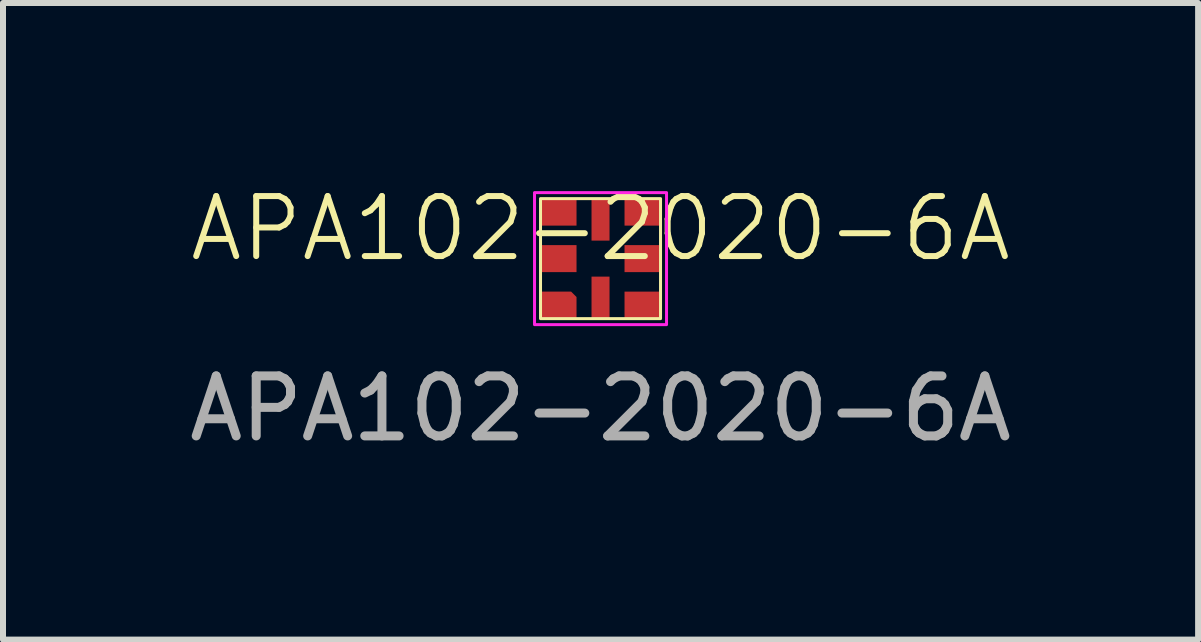
<source format=kicad_pcb>
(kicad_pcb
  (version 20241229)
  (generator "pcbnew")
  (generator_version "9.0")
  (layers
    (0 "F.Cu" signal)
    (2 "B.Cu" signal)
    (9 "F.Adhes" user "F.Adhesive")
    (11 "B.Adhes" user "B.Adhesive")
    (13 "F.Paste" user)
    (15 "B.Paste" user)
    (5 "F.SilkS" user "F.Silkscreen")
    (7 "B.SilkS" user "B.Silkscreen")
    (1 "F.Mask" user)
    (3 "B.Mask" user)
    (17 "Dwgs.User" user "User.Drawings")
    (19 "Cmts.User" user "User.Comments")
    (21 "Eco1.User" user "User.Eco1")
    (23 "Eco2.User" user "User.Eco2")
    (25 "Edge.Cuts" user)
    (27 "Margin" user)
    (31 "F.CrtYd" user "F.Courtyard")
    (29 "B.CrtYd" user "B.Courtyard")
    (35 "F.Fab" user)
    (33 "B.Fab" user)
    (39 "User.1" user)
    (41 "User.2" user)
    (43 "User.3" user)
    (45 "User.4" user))
  (footprint "APA102-2020-6A"
    (layer "F.Cu")
    (at 6.958 1.26)
    (property "Reference" "APA102-2020-6A" (at 0 -0.5 0) (unlocked yes) (layer "F.SilkS") (effects (font (size 1 1) (thickness 0.1))))
    (attr smd)
    (fp_rect (start -1 -1) (end 1 1) (stroke (width 0.05) (type solid)) (fill no) (layer "F.SilkS"))
    (fp_rect (start -1.1 -1.1) (end 1.1 1.1) (stroke (width 0.05) (type default)) (fill no) (layer "F.CrtYd"))
    (fp_text user "${REFERENCE}" (at 0 2.5 0) (unlocked yes) (layer "F.Fab") (effects (font (size 1 1) (thickness 0.15))))
    (pad "1" smd rect (at -0.7 0) (size 0.6 0.45) (layers "F.Cu" "F.Mask" "F.Paste"))
    (pad "2" smd rect (at -0.7 -0.775) (size 0.6 0.45) (layers "F.Cu" "F.Mask" "F.Paste"))
    (pad "2" smd rect (at 0 -0.65) (size 0.3 0.7) (layers "F.Cu" "F.Mask" "F.Paste"))
    (pad "3" smd rect (at 0.7 0) (size 0.6 0.45) (layers "F.Cu" "F.Mask" "F.Paste"))
    (pad "4" smd roundrect (at -0.7 0.775) (size 0.6 0.45) (layers "F.Cu" "F.Mask" "F.Paste") (roundrect_rratio 0) (chamfer_ratio 0.2) (chamfer top_right))
    (pad "5" smd rect (at 0 0.65) (size 0.3 0.7) (layers "F.Cu" "F.Mask" "F.Paste"))
    (pad "5" smd rect (at 0.7 -0.775) (size 0.6 0.45) (layers "F.Cu" "F.Mask" "F.Paste"))
    (pad "6" smd rect (at 0.7 0.775) (size 0.6 0.45) (layers "F.Cu" "F.Mask" "F.Paste")))
  (gr_rect
    (start -3 -3)
    (end 16.917 7.609)
    (stroke (width 0.1) (type default))
    (fill no)
    (layer "Edge.Cuts")))
</source>
